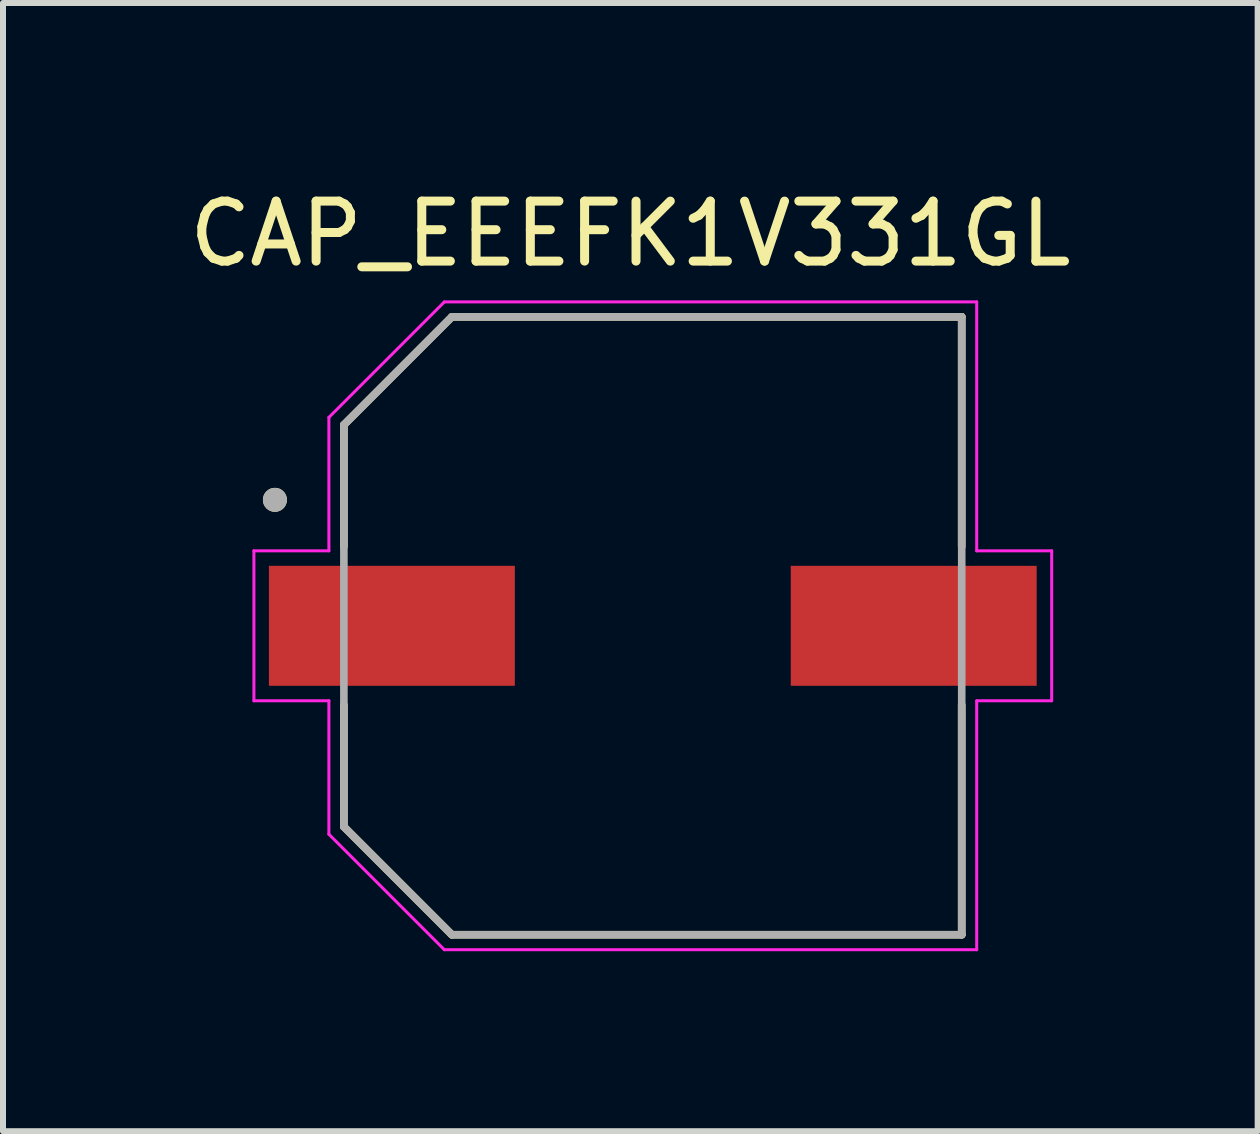
<source format=kicad_pcb>
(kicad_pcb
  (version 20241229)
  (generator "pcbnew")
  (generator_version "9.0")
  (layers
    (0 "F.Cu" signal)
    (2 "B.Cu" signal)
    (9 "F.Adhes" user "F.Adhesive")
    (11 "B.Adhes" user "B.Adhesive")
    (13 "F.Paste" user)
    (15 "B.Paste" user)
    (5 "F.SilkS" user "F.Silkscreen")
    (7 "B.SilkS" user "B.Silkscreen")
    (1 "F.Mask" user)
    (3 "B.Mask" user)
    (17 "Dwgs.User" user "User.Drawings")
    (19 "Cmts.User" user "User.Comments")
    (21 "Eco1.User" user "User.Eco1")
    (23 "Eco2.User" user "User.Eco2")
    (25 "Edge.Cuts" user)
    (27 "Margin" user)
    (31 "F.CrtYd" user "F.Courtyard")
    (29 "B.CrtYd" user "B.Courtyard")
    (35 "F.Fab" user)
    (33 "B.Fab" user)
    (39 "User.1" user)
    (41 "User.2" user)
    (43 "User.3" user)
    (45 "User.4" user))
  (footprint "CAP_EEEFK1V331GL"
    (layer "F.Cu")
    (at 7.833 7.383)
    (property "Reference" "CAP_EEEFK1V331GL" (at -0.375 -6.535 0) (layer "F.SilkS") (effects (font (size 1 1) (thickness 0.15))))
    (attr smd)
    (fp_line (start -5.15 -3.35) (end -5.15 -1.32) (stroke (width 0.127) (type solid)) (layer "F.SilkS"))
    (fp_line (start -5.15 1.32) (end -5.15 3.35) (stroke (width 0.127) (type solid)) (layer "F.SilkS"))
    (fp_line (start -5.15 3.35) (end -3.35 5.15) (stroke (width 0.127) (type solid)) (layer "F.SilkS"))
    (fp_line (start -3.35 -5.15) (end -5.15 -3.35) (stroke (width 0.127) (type solid)) (layer "F.SilkS"))
    (fp_line (start -3.35 5.15) (end 5.15 5.15) (stroke (width 0.127) (type solid)) (layer "F.SilkS"))
    (fp_line (start 5.15 -5.15) (end -3.35 -5.15) (stroke (width 0.127) (type solid)) (layer "F.SilkS"))
    (fp_line (start 5.15 -1.32) (end 5.15 -5.15) (stroke (width 0.127) (type solid)) (layer "F.SilkS"))
    (fp_line (start 5.15 5.15) (end 5.15 1.32) (stroke (width 0.127) (type solid)) (layer "F.SilkS"))
    (fp_circle (center -6.3 -2.1) (end -6.2 -2.1) (stroke (width 0.2) (type solid)) (fill no) (layer "F.SilkS"))
    (fp_line (start -6.65 -1.25) (end -5.4 -1.25) (stroke (width 0.05) (type solid)) (layer "F.CrtYd"))
    (fp_line (start -6.65 1.25) (end -6.65 -1.25) (stroke (width 0.05) (type solid)) (layer "F.CrtYd"))
    (fp_line (start -5.4 -3.475) (end -3.475 -5.4) (stroke (width 0.05) (type solid)) (layer "F.CrtYd"))
    (fp_line (start -5.4 -1.25) (end -5.4 -3.475) (stroke (width 0.05) (type solid)) (layer "F.CrtYd"))
    (fp_line (start -5.4 1.25) (end -6.65 1.25) (stroke (width 0.05) (type solid)) (layer "F.CrtYd"))
    (fp_line (start -5.4 3.475) (end -5.4 1.25) (stroke (width 0.05) (type solid)) (layer "F.CrtYd"))
    (fp_line (start -3.475 -5.4) (end 5.4 -5.4) (stroke (width 0.05) (type solid)) (layer "F.CrtYd"))
    (fp_line (start -3.475 5.4) (end -5.4 3.475) (stroke (width 0.05) (type solid)) (layer "F.CrtYd"))
    (fp_line (start 5.4 -5.4) (end 5.4 -1.25) (stroke (width 0.05) (type solid)) (layer "F.CrtYd"))
    (fp_line (start 5.4 -1.25) (end 6.65 -1.25) (stroke (width 0.05) (type solid)) (layer "F.CrtYd"))
    (fp_line (start 5.4 1.25) (end 5.4 5.4) (stroke (width 0.05) (type solid)) (layer "F.CrtYd"))
    (fp_line (start 5.4 5.4) (end -3.475 5.4) (stroke (width 0.05) (type solid)) (layer "F.CrtYd"))
    (fp_line (start 6.65 -1.25) (end 6.65 1.25) (stroke (width 0.05) (type solid)) (layer "F.CrtYd"))
    (fp_line (start 6.65 1.25) (end 5.4 1.25) (stroke (width 0.05) (type solid)) (layer "F.CrtYd"))
    (fp_line (start -5.15 -3.35) (end -5.15 3.35) (stroke (width 0.127) (type solid)) (layer "F.Fab"))
    (fp_line (start -5.15 3.35) (end -3.35 5.15) (stroke (width 0.127) (type solid)) (layer "F.Fab"))
    (fp_line (start -3.35 -5.15) (end -5.15 -3.35) (stroke (width 0.127) (type solid)) (layer "F.Fab"))
    (fp_line (start -3.35 5.15) (end 5.15 5.15) (stroke (width 0.127) (type solid)) (layer "F.Fab"))
    (fp_line (start 5.15 -5.15) (end -3.35 -5.15) (stroke (width 0.127) (type solid)) (layer "F.Fab"))
    (fp_line (start 5.15 5.15) (end 5.15 -5.15) (stroke (width 0.127) (type solid)) (layer "F.Fab"))
    (fp_circle (center -6.3 -2.1) (end -6.2 -2.1) (stroke (width 0.2) (type solid)) (fill no) (layer "F.Fab"))
    (pad "1" smd rect (at -4.35 0) (size 4.1 2) (layers "F.Cu" "F.Mask" "F.Paste"))
    (pad "2" smd rect (at 4.35 0) (size 4.1 2) (layers "F.Cu" "F.Mask" "F.Paste")))
  (gr_rect
    (start -3 -3)
    (end 17.917 15.808)
    (stroke (width 0.1) (type default))
    (fill no)
    (layer "Edge.Cuts")))
</source>
